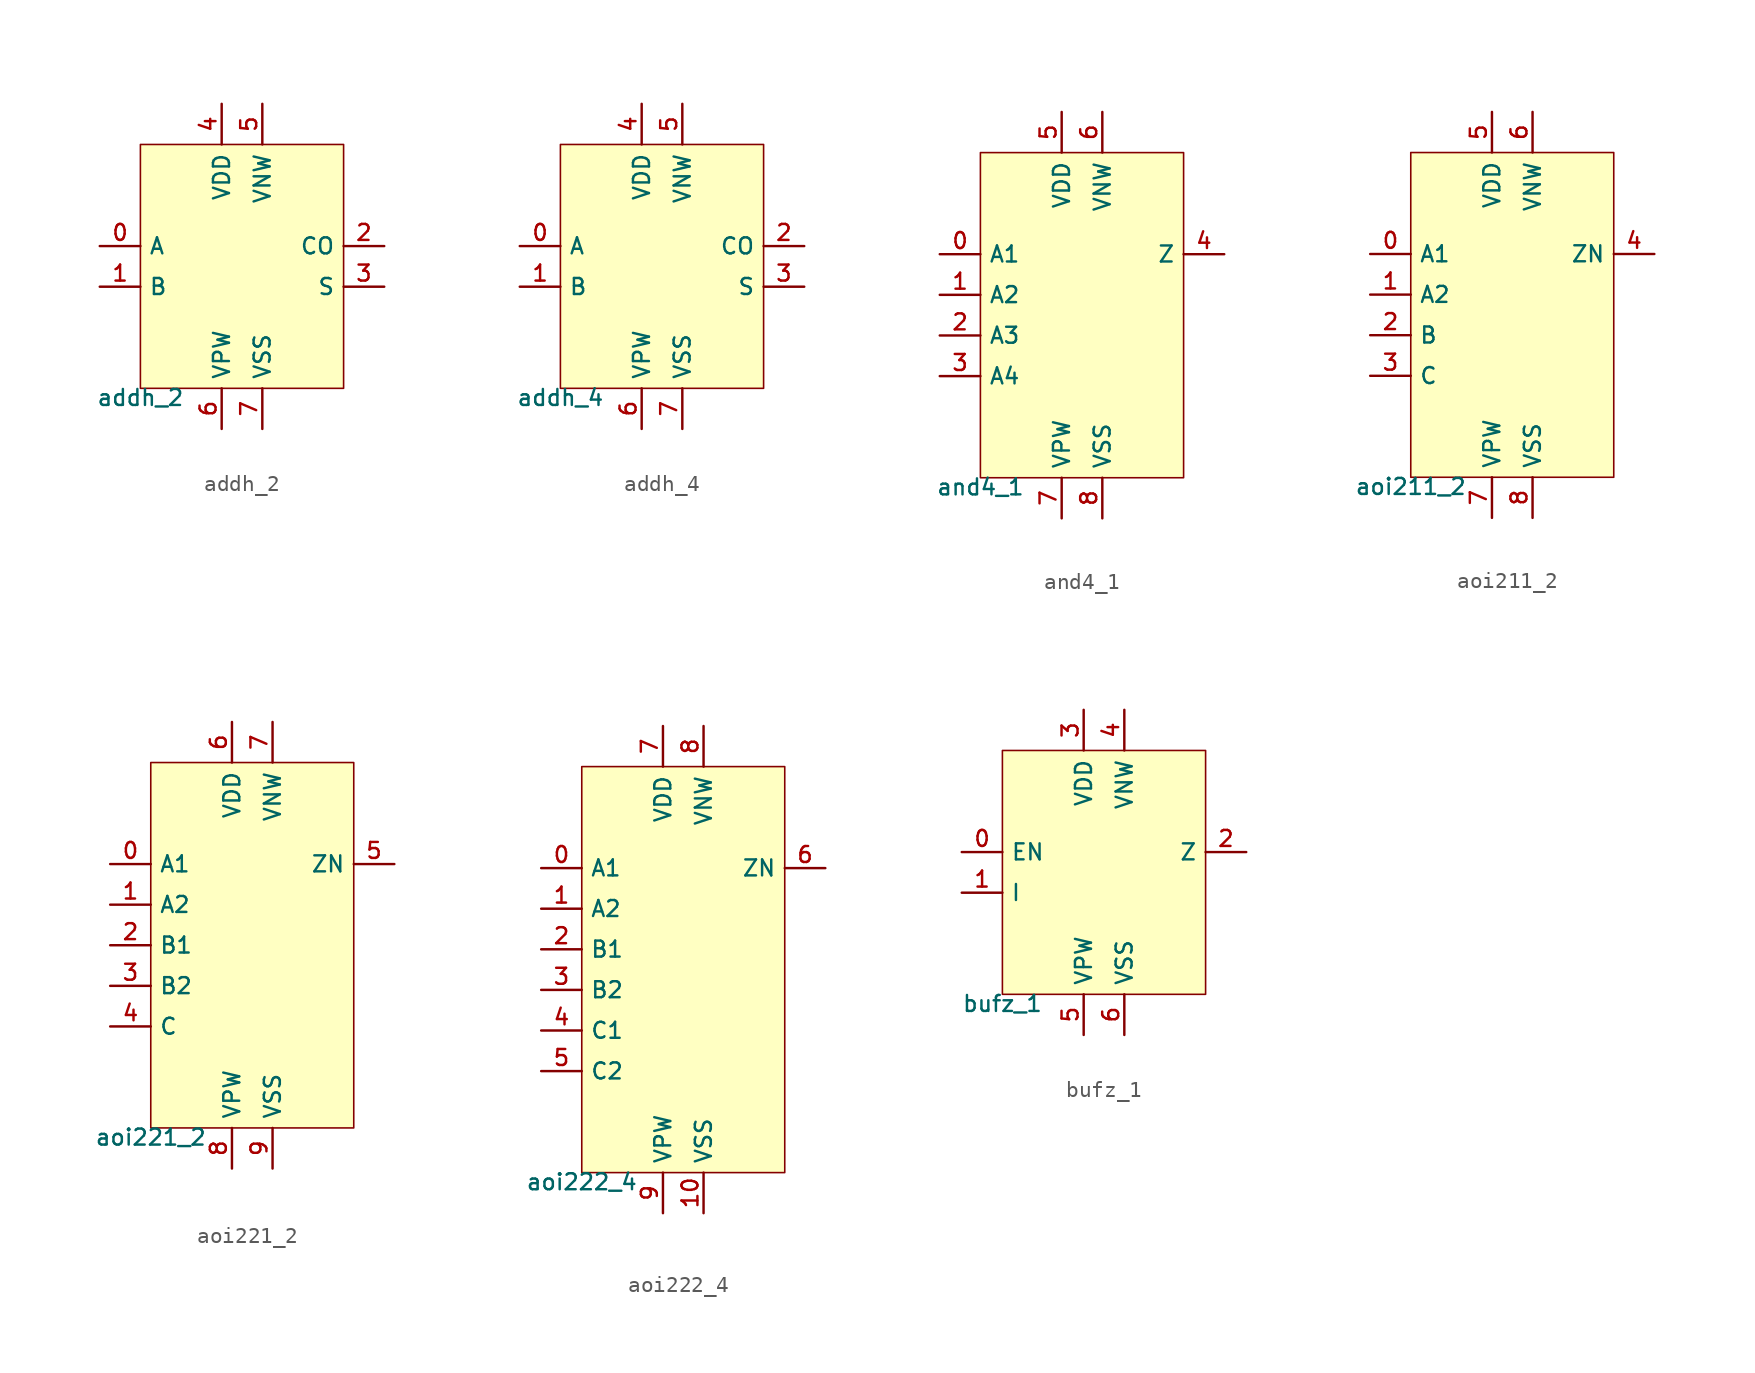
<source format=kicad_sym>
(kicad_symbol_lib
  (version 20211014)
  (generator pdk2kicad)
  (symbol "addh_2"
    (property "Reference" "X"
      (at 0 0 0)
      (effects (font (size 1 1)) hide))
    (property "Value" "addh_2"
      (at -6.35 -7.62 0)
      (effects (font (size 1 1)) (justify top)))
    (rectangle
      (start -6.35 -7.62)
      (end 6.35 7.62)
      (stroke (width 0.1) (type solid) (color 0 0 0 0))
      (fill (type background)))
    (pin input line
      (at -8.89 1.27 0)
      (length 2.54)
      (name "A" (effects (font (size 1 1)) hide))
      (number "0" (effects (font (size 1 1)) hide)))
    (pin input line
      (at -8.89 -1.27 0)
      (length 2.54)
      (name "B" (effects (font (size 1 1)) hide))
      (number "1" (effects (font (size 1 1)) hide)))
    (pin output line
      (at 8.89 1.27 180)
      (length 2.54)
      (name "CO" (effects (font (size 1 1)) hide))
      (number "2" (effects (font (size 1 1)) hide)))
    (pin output line
      (at 8.89 -1.27 180)
      (length 2.54)
      (name "S" (effects (font (size 1 1)) hide))
      (number "3" (effects (font (size 1 1)) hide)))
    (pin power_in line
      (at -1.27 10.16 270)
      (length 2.54)
      (name "VDD" (effects (font (size 1 1)) hide))
      (number "4" (effects (font (size 1 1)) hide)))
    (pin power_in line
      (at 1.27 10.16 270)
      (length 2.54)
      (name "VNW" (effects (font (size 1 1)) hide))
      (number "5" (effects (font (size 1 1)) hide)))
    (pin power_in line
      (at -1.27 -10.16 90)
      (length 2.54)
      (name "VPW" (effects (font (size 1 1)) hide))
      (number "6" (effects (font (size 1 1)) hide)))
    (pin power_in line
      (at 1.27 -10.16 90)
      (length 2.54)
      (name "VSS" (effects (font (size 1 1)) hide))
      (number "7" (effects (font (size 1 1)) hide))))
  (symbol "addh_4"
    (property "Reference" "X"
      (at 0 0 0)
      (effects (font (size 1 1)) hide))
    (property "Value" "addh_4"
      (at -6.35 -7.62 0)
      (effects (font (size 1 1)) (justify top)))
    (rectangle
      (start -6.35 -7.62)
      (end 6.35 7.62)
      (stroke (width 0.1) (type solid) (color 0 0 0 0))
      (fill (type background)))
    (pin input line
      (at -8.89 1.27 0)
      (length 2.54)
      (name "A" (effects (font (size 1 1)) hide))
      (number "0" (effects (font (size 1 1)) hide)))
    (pin input line
      (at -8.89 -1.27 0)
      (length 2.54)
      (name "B" (effects (font (size 1 1)) hide))
      (number "1" (effects (font (size 1 1)) hide)))
    (pin output line
      (at 8.89 1.27 180)
      (length 2.54)
      (name "CO" (effects (font (size 1 1)) hide))
      (number "2" (effects (font (size 1 1)) hide)))
    (pin output line
      (at 8.89 -1.27 180)
      (length 2.54)
      (name "S" (effects (font (size 1 1)) hide))
      (number "3" (effects (font (size 1 1)) hide)))
    (pin power_in line
      (at -1.27 10.16 270)
      (length 2.54)
      (name "VDD" (effects (font (size 1 1)) hide))
      (number "4" (effects (font (size 1 1)) hide)))
    (pin power_in line
      (at 1.27 10.16 270)
      (length 2.54)
      (name "VNW" (effects (font (size 1 1)) hide))
      (number "5" (effects (font (size 1 1)) hide)))
    (pin power_in line
      (at -1.27 -10.16 90)
      (length 2.54)
      (name "VPW" (effects (font (size 1 1)) hide))
      (number "6" (effects (font (size 1 1)) hide)))
    (pin power_in line
      (at 1.27 -10.16 90)
      (length 2.54)
      (name "VSS" (effects (font (size 1 1)) hide))
      (number "7" (effects (font (size 1 1)) hide))))
  (symbol "and4_1"
    (property "Reference" "X"
      (at 0 0 0)
      (effects (font (size 1 1)) hide))
    (property "Value" "and4_1"
      (at -6.35 -10.16 0)
      (effects (font (size 1 1)) (justify top)))
    (rectangle
      (start -6.35 -10.16)
      (end 6.35 10.16)
      (stroke (width 0.1) (type solid) (color 0 0 0 0))
      (fill (type background)))
    (pin input line
      (at -8.89 3.81 0)
      (length 2.54)
      (name "A1" (effects (font (size 1 1)) hide))
      (number "0" (effects (font (size 1 1)) hide)))
    (pin input line
      (at -8.89 1.27 0)
      (length 2.54)
      (name "A2" (effects (font (size 1 1)) hide))
      (number "1" (effects (font (size 1 1)) hide)))
    (pin input line
      (at -8.89 -1.27 0)
      (length 2.54)
      (name "A3" (effects (font (size 1 1)) hide))
      (number "2" (effects (font (size 1 1)) hide)))
    (pin input line
      (at -8.89 -3.81 0)
      (length 2.54)
      (name "A4" (effects (font (size 1 1)) hide))
      (number "3" (effects (font (size 1 1)) hide)))
    (pin output line
      (at 8.89 3.81 180)
      (length 2.54)
      (name "Z" (effects (font (size 1 1)) hide))
      (number "4" (effects (font (size 1 1)) hide)))
    (pin power_in line
      (at -1.27 12.7 270)
      (length 2.54)
      (name "VDD" (effects (font (size 1 1)) hide))
      (number "5" (effects (font (size 1 1)) hide)))
    (pin power_in line
      (at 1.27 12.7 270)
      (length 2.54)
      (name "VNW" (effects (font (size 1 1)) hide))
      (number "6" (effects (font (size 1 1)) hide)))
    (pin power_in line
      (at -1.27 -12.7 90)
      (length 2.54)
      (name "VPW" (effects (font (size 1 1)) hide))
      (number "7" (effects (font (size 1 1)) hide)))
    (pin power_in line
      (at 1.27 -12.7 90)
      (length 2.54)
      (name "VSS" (effects (font (size 1 1)) hide))
      (number "8" (effects (font (size 1 1)) hide))))
  (symbol "aoi211_2"
    (property "Reference" "X"
      (at 0 0 0)
      (effects (font (size 1 1)) hide))
    (property "Value" "aoi211_2"
      (at -6.35 -10.16 0)
      (effects (font (size 1 1)) (justify top)))
    (rectangle
      (start -6.35 -10.16)
      (end 6.35 10.16)
      (stroke (width 0.1) (type solid) (color 0 0 0 0))
      (fill (type background)))
    (pin input line
      (at -8.89 3.81 0)
      (length 2.54)
      (name "A1" (effects (font (size 1 1)) hide))
      (number "0" (effects (font (size 1 1)) hide)))
    (pin input line
      (at -8.89 1.27 0)
      (length 2.54)
      (name "A2" (effects (font (size 1 1)) hide))
      (number "1" (effects (font (size 1 1)) hide)))
    (pin input line
      (at -8.89 -1.27 0)
      (length 2.54)
      (name "B" (effects (font (size 1 1)) hide))
      (number "2" (effects (font (size 1 1)) hide)))
    (pin input line
      (at -8.89 -3.81 0)
      (length 2.54)
      (name "C" (effects (font (size 1 1)) hide))
      (number "3" (effects (font (size 1 1)) hide)))
    (pin output line
      (at 8.89 3.81 180)
      (length 2.54)
      (name "ZN" (effects (font (size 1 1)) hide))
      (number "4" (effects (font (size 1 1)) hide)))
    (pin power_in line
      (at -1.27 12.7 270)
      (length 2.54)
      (name "VDD" (effects (font (size 1 1)) hide))
      (number "5" (effects (font (size 1 1)) hide)))
    (pin power_in line
      (at 1.27 12.7 270)
      (length 2.54)
      (name "VNW" (effects (font (size 1 1)) hide))
      (number "6" (effects (font (size 1 1)) hide)))
    (pin power_in line
      (at -1.27 -12.7 90)
      (length 2.54)
      (name "VPW" (effects (font (size 1 1)) hide))
      (number "7" (effects (font (size 1 1)) hide)))
    (pin power_in line
      (at 1.27 -12.7 90)
      (length 2.54)
      (name "VSS" (effects (font (size 1 1)) hide))
      (number "8" (effects (font (size 1 1)) hide))))
  (symbol "aoi221_2"
    (property "Reference" "X"
      (at 0 0 0)
      (effects (font (size 1 1)) hide))
    (property "Value" "aoi221_2"
      (at -6.35 -11.43 0)
      (effects (font (size 1 1)) (justify top)))
    (rectangle
      (start -6.35 -11.43)
      (end 6.35 11.43)
      (stroke (width 0.1) (type solid) (color 0 0 0 0))
      (fill (type background)))
    (pin input line
      (at -8.89 5.08 0)
      (length 2.54)
      (name "A1" (effects (font (size 1 1)) hide))
      (number "0" (effects (font (size 1 1)) hide)))
    (pin input line
      (at -8.89 2.54 0)
      (length 2.54)
      (name "A2" (effects (font (size 1 1)) hide))
      (number "1" (effects (font (size 1 1)) hide)))
    (pin input line
      (at -8.89 -4.440892098500626e-16 0)
      (length 2.54)
      (name "B1" (effects (font (size 1 1)) hide))
      (number "2" (effects (font (size 1 1)) hide)))
    (pin input line
      (at -8.89 -2.54 0)
      (length 2.54)
      (name "B2" (effects (font (size 1 1)) hide))
      (number "3" (effects (font (size 1 1)) hide)))
    (pin input line
      (at -8.89 -5.08 0)
      (length 2.54)
      (name "C" (effects (font (size 1 1)) hide))
      (number "4" (effects (font (size 1 1)) hide)))
    (pin output line
      (at 8.89 5.08 180)
      (length 2.54)
      (name "ZN" (effects (font (size 1 1)) hide))
      (number "5" (effects (font (size 1 1)) hide)))
    (pin power_in line
      (at -1.27 13.97 270)
      (length 2.54)
      (name "VDD" (effects (font (size 1 1)) hide))
      (number "6" (effects (font (size 1 1)) hide)))
    (pin power_in line
      (at 1.27 13.97 270)
      (length 2.54)
      (name "VNW" (effects (font (size 1 1)) hide))
      (number "7" (effects (font (size 1 1)) hide)))
    (pin power_in line
      (at -1.27 -13.97 90)
      (length 2.54)
      (name "VPW" (effects (font (size 1 1)) hide))
      (number "8" (effects (font (size 1 1)) hide)))
    (pin power_in line
      (at 1.27 -13.97 90)
      (length 2.54)
      (name "VSS" (effects (font (size 1 1)) hide))
      (number "9" (effects (font (size 1 1)) hide))))
  (symbol "aoi222_4"
    (property "Reference" "X"
      (at 0 0 0)
      (effects (font (size 1 1)) hide))
    (property "Value" "aoi222_4"
      (at -6.35 -12.7 0)
      (effects (font (size 1 1)) (justify top)))
    (rectangle
      (start -6.35 -12.7)
      (end 6.35 12.7)
      (stroke (width 0.1) (type solid) (color 0 0 0 0))
      (fill (type background)))
    (pin input line
      (at -8.89 6.35 0)
      (length 2.54)
      (name "A1" (effects (font (size 1 1)) hide))
      (number "0" (effects (font (size 1 1)) hide)))
    (pin input line
      (at -8.89 3.81 0)
      (length 2.54)
      (name "A2" (effects (font (size 1 1)) hide))
      (number "1" (effects (font (size 1 1)) hide)))
    (pin input line
      (at -8.89 1.27 0)
      (length 2.54)
      (name "B1" (effects (font (size 1 1)) hide))
      (number "2" (effects (font (size 1 1)) hide)))
    (pin input line
      (at -8.89 -1.27 0)
      (length 2.54)
      (name "B2" (effects (font (size 1 1)) hide))
      (number "3" (effects (font (size 1 1)) hide)))
    (pin input line
      (at -8.89 -3.81 0)
      (length 2.54)
      (name "C1" (effects (font (size 1 1)) hide))
      (number "4" (effects (font (size 1 1)) hide)))
    (pin input line
      (at -8.89 -6.35 0)
      (length 2.54)
      (name "C2" (effects (font (size 1 1)) hide))
      (number "5" (effects (font (size 1 1)) hide)))
    (pin output line
      (at 8.89 6.35 180)
      (length 2.54)
      (name "ZN" (effects (font (size 1 1)) hide))
      (number "6" (effects (font (size 1 1)) hide)))
    (pin power_in line
      (at -1.27 15.24 270)
      (length 2.54)
      (name "VDD" (effects (font (size 1 1)) hide))
      (number "7" (effects (font (size 1 1)) hide)))
    (pin power_in line
      (at 1.27 15.24 270)
      (length 2.54)
      (name "VNW" (effects (font (size 1 1)) hide))
      (number "8" (effects (font (size 1 1)) hide)))
    (pin power_in line
      (at -1.27 -15.24 90)
      (length 2.54)
      (name "VPW" (effects (font (size 1 1)) hide))
      (number "9" (effects (font (size 1 1)) hide)))
    (pin power_in line
      (at 1.27 -15.24 90)
      (length 2.54)
      (name "VSS" (effects (font (size 1 1)) hide))
      (number "10" (effects (font (size 1 1)) hide))))
  (symbol "bufz_1"
    (property "Reference" "X"
      (at 0 0 0)
      (effects (font (size 1 1)) hide))
    (property "Value" "bufz_1"
      (at -6.35 -7.62 0)
      (effects (font (size 1 1)) (justify top)))
    (rectangle
      (start -6.35 -7.62)
      (end 6.35 7.62)
      (stroke (width 0.1) (type solid) (color 0 0 0 0))
      (fill (type background)))
    (pin input line
      (at -8.89 1.27 0)
      (length 2.54)
      (name "EN" (effects (font (size 1 1)) hide))
      (number "0" (effects (font (size 1 1)) hide)))
    (pin input line
      (at -8.89 -1.27 0)
      (length 2.54)
      (name "I" (effects (font (size 1 1)) hide))
      (number "1" (effects (font (size 1 1)) hide)))
    (pin output line
      (at 8.89 1.27 180)
      (length 2.54)
      (name "Z" (effects (font (size 1 1)) hide))
      (number "2" (effects (font (size 1 1)) hide)))
    (pin power_in line
      (at -1.27 10.16 270)
      (length 2.54)
      (name "VDD" (effects (font (size 1 1)) hide))
      (number "3" (effects (font (size 1 1)) hide)))
    (pin power_in line
      (at 1.27 10.16 270)
      (length 2.54)
      (name "VNW" (effects (font (size 1 1)) hide))
      (number "4" (effects (font (size 1 1)) hide)))
    (pin power_in line
      (at -1.27 -10.16 90)
      (length 2.54)
      (name "VPW" (effects (font (size 1 1)) hide))
      (number "5" (effects (font (size 1 1)) hide)))
    (pin power_in line
      (at 1.27 -10.16 90)
      (length 2.54)
      (name "VSS" (effects (font (size 1 1)) hide))
      (number "6" (effects (font (size 1 1)) hide)))))
</source>
